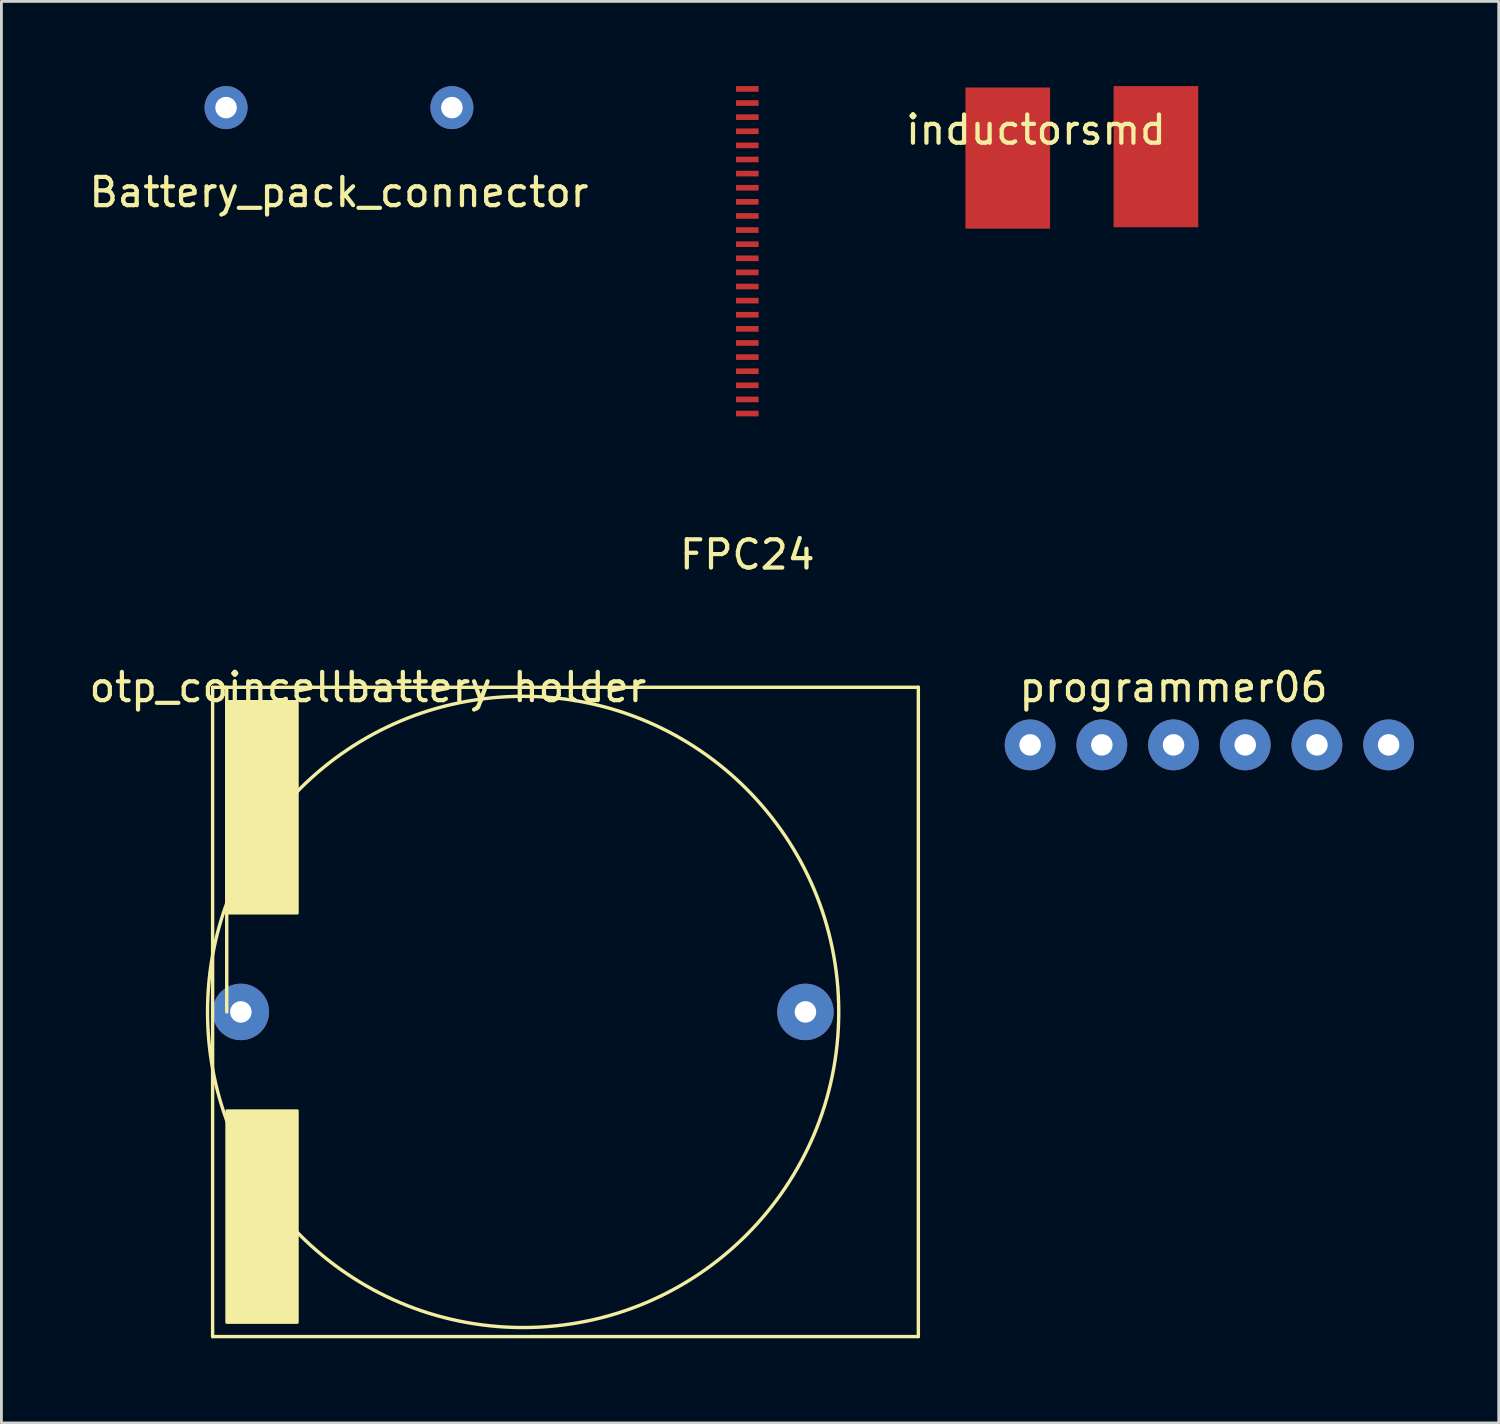
<source format=kicad_pcb>
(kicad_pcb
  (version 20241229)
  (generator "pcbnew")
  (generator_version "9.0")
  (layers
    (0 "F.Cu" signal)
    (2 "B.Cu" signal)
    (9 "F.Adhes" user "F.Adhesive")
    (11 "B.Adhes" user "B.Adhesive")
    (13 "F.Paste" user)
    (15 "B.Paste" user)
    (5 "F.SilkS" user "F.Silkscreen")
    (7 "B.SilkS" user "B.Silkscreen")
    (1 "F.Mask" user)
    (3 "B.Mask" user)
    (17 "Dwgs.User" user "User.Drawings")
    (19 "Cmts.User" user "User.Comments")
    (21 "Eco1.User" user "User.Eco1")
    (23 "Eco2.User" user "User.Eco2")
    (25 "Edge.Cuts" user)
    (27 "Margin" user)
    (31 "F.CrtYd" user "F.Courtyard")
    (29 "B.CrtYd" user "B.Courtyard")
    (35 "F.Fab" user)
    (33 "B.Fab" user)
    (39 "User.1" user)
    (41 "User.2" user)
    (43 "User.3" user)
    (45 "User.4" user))
  (footprint "FPC24"
    (layer "F.Cu")
    (at 23.423 5.6)
    (property "Reference" "FPC24" (at 0 11 0) (layer "F.SilkS") (effects (font (size 1 1) (thickness 0.15))))
    (attr through_hole)
    (pad "1" smd rect (at 0 6) (size 0.8 0.2) (layers "F.Cu" "F.Mask" "F.Paste"))
    (pad "2" smd rect (at 0 5.5) (size 0.8 0.2) (layers "F.Cu" "F.Mask" "F.Paste"))
    (pad "3" smd rect (at 0 5) (size 0.8 0.2) (layers "F.Cu" "F.Mask" "F.Paste"))
    (pad "4" smd rect (at 0 4.5) (size 0.8 0.2) (layers "F.Cu" "F.Mask" "F.Paste"))
    (pad "5" smd rect (at 0 4) (size 0.8 0.2) (layers "F.Cu" "F.Mask" "F.Paste"))
    (pad "6" smd rect (at 0 3.5) (size 0.8 0.2) (layers "F.Cu" "F.Mask" "F.Paste"))
    (pad "7" smd rect (at 0 3) (size 0.8 0.2) (layers "F.Cu" "F.Mask" "F.Paste"))
    (pad "8" smd rect (at 0 2.5) (size 0.8 0.2) (layers "F.Cu" "F.Mask" "F.Paste"))
    (pad "9" smd rect (at 0 2) (size 0.8 0.2) (layers "F.Cu" "F.Mask" "F.Paste"))
    (pad "10" smd rect (at 0 1.5) (size 0.8 0.2) (layers "F.Cu" "F.Mask" "F.Paste"))
    (pad "11" smd rect (at 0 1) (size 0.8 0.2) (layers "F.Cu" "F.Mask" "F.Paste"))
    (pad "12" smd rect (at 0 0.5) (size 0.8 0.2) (layers "F.Cu" "F.Mask" "F.Paste"))
    (pad "13" smd rect (at 0 0) (size 0.8 0.2) (layers "F.Cu" "F.Mask" "F.Paste"))
    (pad "14" smd rect (at 0 -0.5) (size 0.8 0.2) (layers "F.Cu" "F.Mask" "F.Paste"))
    (pad "15" smd rect (at 0 -1) (size 0.8 0.2) (layers "F.Cu" "F.Mask" "F.Paste"))
    (pad "16" smd rect (at 0 -1.5) (size 0.8 0.2) (layers "F.Cu" "F.Mask" "F.Paste"))
    (pad "17" smd rect (at 0 -2) (size 0.8 0.2) (layers "F.Cu" "F.Mask" "F.Paste"))
    (pad "18" smd rect (at 0 -2.5) (size 0.8 0.2) (layers "F.Cu" "F.Mask" "F.Paste"))
    (pad "19" smd rect (at 0 -3) (size 0.8 0.2) (layers "F.Cu" "F.Mask" "F.Paste"))
    (pad "20" smd rect (at 0 -3.5) (size 0.8 0.2) (layers "F.Cu" "F.Mask" "F.Paste"))
    (pad "21" smd rect (at 0 -4) (size 0.8 0.2) (layers "F.Cu" "F.Mask" "F.Paste"))
    (pad "22" smd rect (at 0 -4.5) (size 0.8 0.2) (layers "F.Cu" "F.Mask" "F.Paste"))
    (pad "23" smd rect (at 0 -5) (size 0.8 0.2) (layers "F.Cu" "F.Mask" "F.Paste"))
    (pad "24" smd rect (at 0 -5.5) (size 0.8 0.2) (layers "F.Cu" "F.Mask" "F.Paste")))
  (footprint "otp_coincellbattery holder"
    (layer "F.Cu")
    (at 9.982 20.797)
    (property "Reference" "otp_coincellbattery holder" (at 0 0.5 0) (layer "F.SilkS") (effects (font (size 1 1) (thickness 0.15))))
    (attr through_hole)
    (fp_line (start -5.5 0.5) (end -5.5 23.5) (stroke (width 0.12) (type solid)) (layer "F.SilkS"))
    (fp_line (start -5.5 23.5) (end 19.5 23.5) (stroke (width 0.12) (type solid)) (layer "F.SilkS"))
    (fp_line (start -5 0.5) (end -5 12) (stroke (width 0.12) (type solid)) (layer "F.SilkS"))
    (fp_line (start 19.5 0.5) (end -5.5 0.5) (stroke (width 0.12) (type solid)) (layer "F.SilkS"))
    (fp_line (start 19.5 23.5) (end 19.5 0.5) (stroke (width 0.12) (type solid)) (layer "F.SilkS"))
    (fp_circle (center 5.5 12) (end 0.5 2) (stroke (width 0.12) (type solid)) (fill no) (layer "F.SilkS"))
    (fp_poly (pts (xy -5 1) (xy -5 8.5) (xy -2.5 8.5) (xy -2.5 1)) (stroke (width 0.1) (type solid)) (fill yes) (layer "F.SilkS"))
    (fp_poly (pts (xy -5 15.5) (xy -5 23) (xy -2.5 23) (xy -2.5 15.5)) (stroke (width 0.1) (type solid)) (fill yes) (layer "F.SilkS"))
    (pad "1" thru_hole circle (at -4.5 12) (size 2 2) (drill 0.762) (layers "*.Cu" "*.Mask"))
    (pad "2" thru_hole circle (at 15.5 12) (size 2 2) (drill 0.762) (layers "*.Cu" "*.Mask")))
  (footprint "inductorsmd"
    (layer "F.Cu")
    (at 33.649 1.05)
    (property "Reference" "inductorsmd" (at 0 0.5 0) (layer "F.SilkS") (effects (font (size 1 1) (thickness 0.15))))
    (attr through_hole)
    (pad "1" smd rect (at -1 1.5) (size 3 5) (layers "F.Cu" "F.Mask" "F.Paste"))
    (pad "2" smd rect (at 4.25 1.45) (size 3 5) (layers "F.Cu" "F.Mask" "F.Paste")))
  (footprint "Battery_pack_connector"
    (layer "F.Cu")
    (at 8.958 0.762)
    (property "Reference" "Battery_pack_connector" (at 0 3 0) (layer "F.SilkS") (effects (font (size 1 1) (thickness 0.15))))
    (attr through_hole)
    (fp_line (start 3 3) (end 5 3) (stroke (width 0.5) (type solid)) (layer "F.Mask"))
    (fp_line (start 4 2) (end 4 4) (stroke (width 0.5) (type solid)) (layer "F.Mask"))
    (pad "1" thru_hole circle (at 4 0) (size 1.524 1.524) (drill 0.762) (layers "*.Cu" "*.Mask"))
    (pad "2" thru_hole circle (at -4 0) (size 1.524 1.524) (drill 0.762) (layers "*.Cu" "*.Mask")))
  (footprint "programmer06"
    (layer "F.Cu")
    (at 38.522 20.797)
    (property "Reference" "programmer06" (at 0 0.5 0) (layer "F.SilkS") (effects (font (size 1 1) (thickness 0.15))))
    (attr through_hole)
    (pad "1" thru_hole circle (at -5.08 2.54) (size 1.8 1.8) (drill 0.762) (layers "*.Cu" "*.Mask"))
    (pad "2" thru_hole circle (at -2.54 2.54) (size 1.8 1.8) (drill 0.762) (layers "*.Cu" "*.Mask"))
    (pad "3" thru_hole circle (at 0 2.54) (size 1.8 1.8) (drill 0.762) (layers "*.Cu" "*.Mask"))
    (pad "4" thru_hole circle (at 2.54 2.54) (size 1.8 1.8) (drill 0.762) (layers "*.Cu" "*.Mask"))
    (pad "5" thru_hole circle (at 5.08 2.54) (size 1.8 1.8) (drill 0.762) (layers "*.Cu" "*.Mask"))
    (pad "6" thru_hole circle (at 7.62 2.54) (size 1.8 1.8) (drill 0.762) (layers "*.Cu" "*.Mask")))
  (gr_rect
    (start -3 -3)
    (end 50.042 47.356)
    (stroke (width 0.1) (type default))
    (fill no)
    (layer "Edge.Cuts")))
</source>
